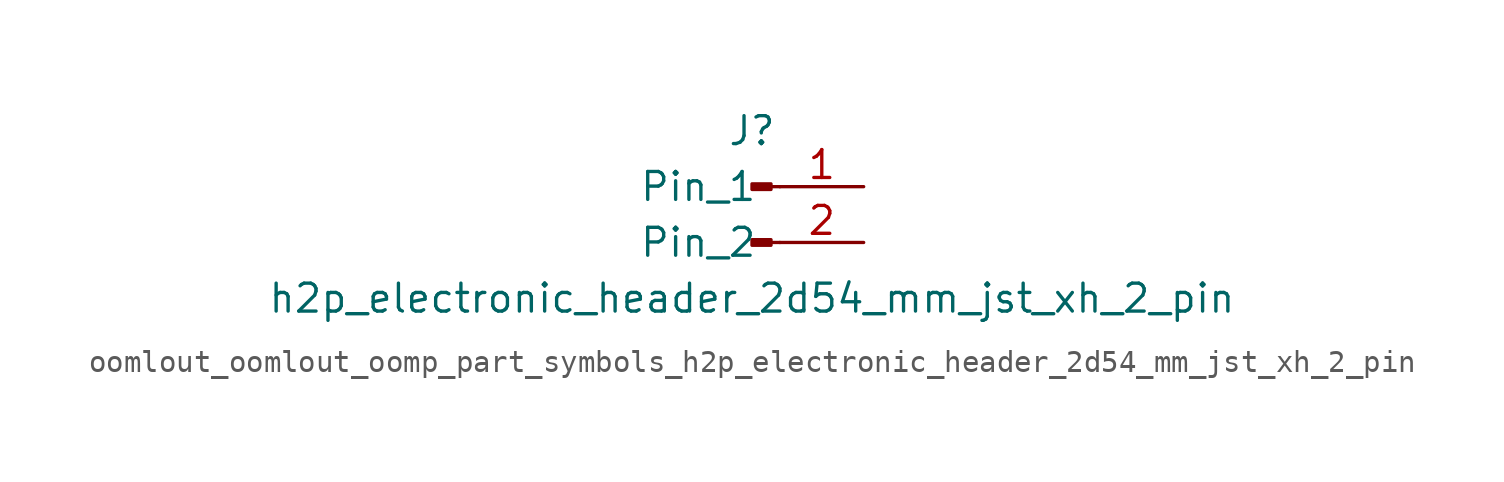
<source format=kicad_sym>
(kicad_symbol_lib
  (version 20220914)
  (generator kicad_symbol_editor)
  (symbol "oomlout_oomlout_oomp_part_symbols_h2p_electronic_header_2d54_mm_jst_xh_2_pin"
    (pin_names
      (offset 1.016))
    (property "Reference" "J"
      (at 0 2.54 0)
      (effects (font (size 1.27 1.27))))
    (property "Value" "h2p_electronic_header_2d54_mm_jst_xh_2_pin"
      (at 0 -5.08 0)
      (effects (font (size 1.27 1.27))))
    (property "ki_locked" ""
      (at 0 0 0)
      (effects (font (size 1.27 1.27))))
    (symbol "oomlout_oomlout_oomp_part_symbols_h2p_electronic_header_2d54_mm_jst_xh_2_pin_1_1"
      (polyline (pts (xy 1.27 -2.54) (xy 0.864 -2.54)) (stroke (width 0.152) (type default)) (fill (type none)))
      (polyline (pts (xy 1.27 0) (xy 0.864 0)) (stroke (width 0.152) (type default)) (fill (type none)))
      (rectangle (start 0.864 -2.413) (end 0 -2.667) (stroke (width 0.152) (type default)) (fill (type outline)))
      (rectangle (start 0.864 0.127) (end 0 -0.127) (stroke (width 0.152) (type default)) (fill (type outline)))
      (pin passive line (at 5.08 0 180) (length 3.81) (name "Pin_1" (effects (font (size 1.27 1.27)))) (number "1" (effects (font (size 1.27 1.27)))))
      (pin passive line (at 5.08 -2.54 180) (length 3.81) (name "Pin_2" (effects (font (size 1.27 1.27)))) (number "2" (effects (font (size 1.27 1.27))))))))
</source>
